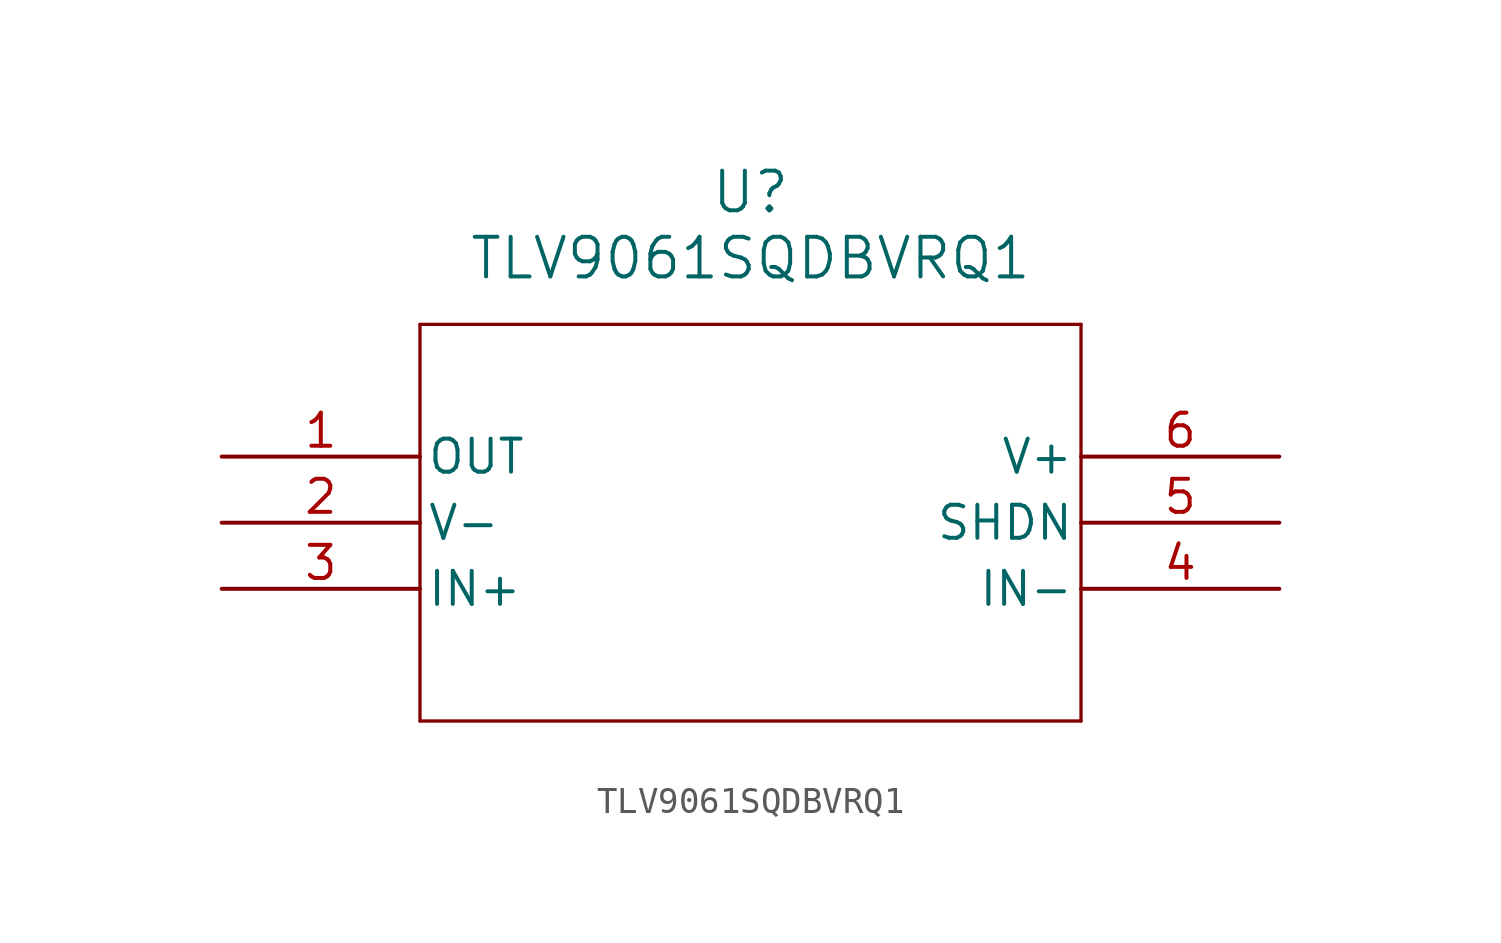
<source format=kicad_sym>
(kicad_symbol_lib
  (version 20211014)
  (generator kicad_symbol_editor)
  (symbol "TLV9061SQDBVRQ1"
    (pin_names
      (offset 0.254))
    (property "Reference" "U"
      (at 20.32 10.16 0)
      (effects (font (size 1.524 1.524))))
    (property "Value" "TLV9061SQDBVRQ1"
      (at 20.32 7.62 0)
      (effects (font (size 1.524 1.524))))
    (symbol "TLV9061SQDBVRQ1_0_1"
      (polyline (pts (xy 7.62 5.08) (xy 7.62 -10.16)) (stroke (width 0.127) (type default) (color 0 0 0 0)) (fill (type none)))
      (polyline (pts (xy 7.62 -10.16) (xy 33.02 -10.16)) (stroke (width 0.127) (type default) (color 0 0 0 0)) (fill (type none)))
      (polyline (pts (xy 33.02 -10.16) (xy 33.02 5.08)) (stroke (width 0.127) (type default) (color 0 0 0 0)) (fill (type none)))
      (polyline (pts (xy 33.02 5.08) (xy 7.62 5.08)) (stroke (width 0.127) (type default) (color 0 0 0 0)) (fill (type none)))
      (pin output line (at 0 0 0) (length 7.62) (name "OUT" (effects (font (size 1.27 1.27)))) (number "1" (effects (font (size 1.27 1.27)))))
      (pin power_in line (at 0 -2.54 0) (length 7.62) (name "V-" (effects (font (size 1.27 1.27)))) (number "2" (effects (font (size 1.27 1.27)))))
      (pin input line (at 0 -5.08 0) (length 7.62) (name "IN+" (effects (font (size 1.27 1.27)))) (number "3" (effects (font (size 1.27 1.27)))))
      (pin input line (at 40.64 -5.08 180) (length 7.62) (name "IN-" (effects (font (size 1.27 1.27)))) (number "4" (effects (font (size 1.27 1.27)))))
      (pin unspecified line (at 40.64 -2.54 180) (length 7.62) (name "SHDN" (effects (font (size 1.27 1.27)))) (number "5" (effects (font (size 1.27 1.27)))))
      (pin power_in line (at 40.64 0 180) (length 7.62) (name "V+" (effects (font (size 1.27 1.27)))) (number "6" (effects (font (size 1.27 1.27))))))))
</source>
